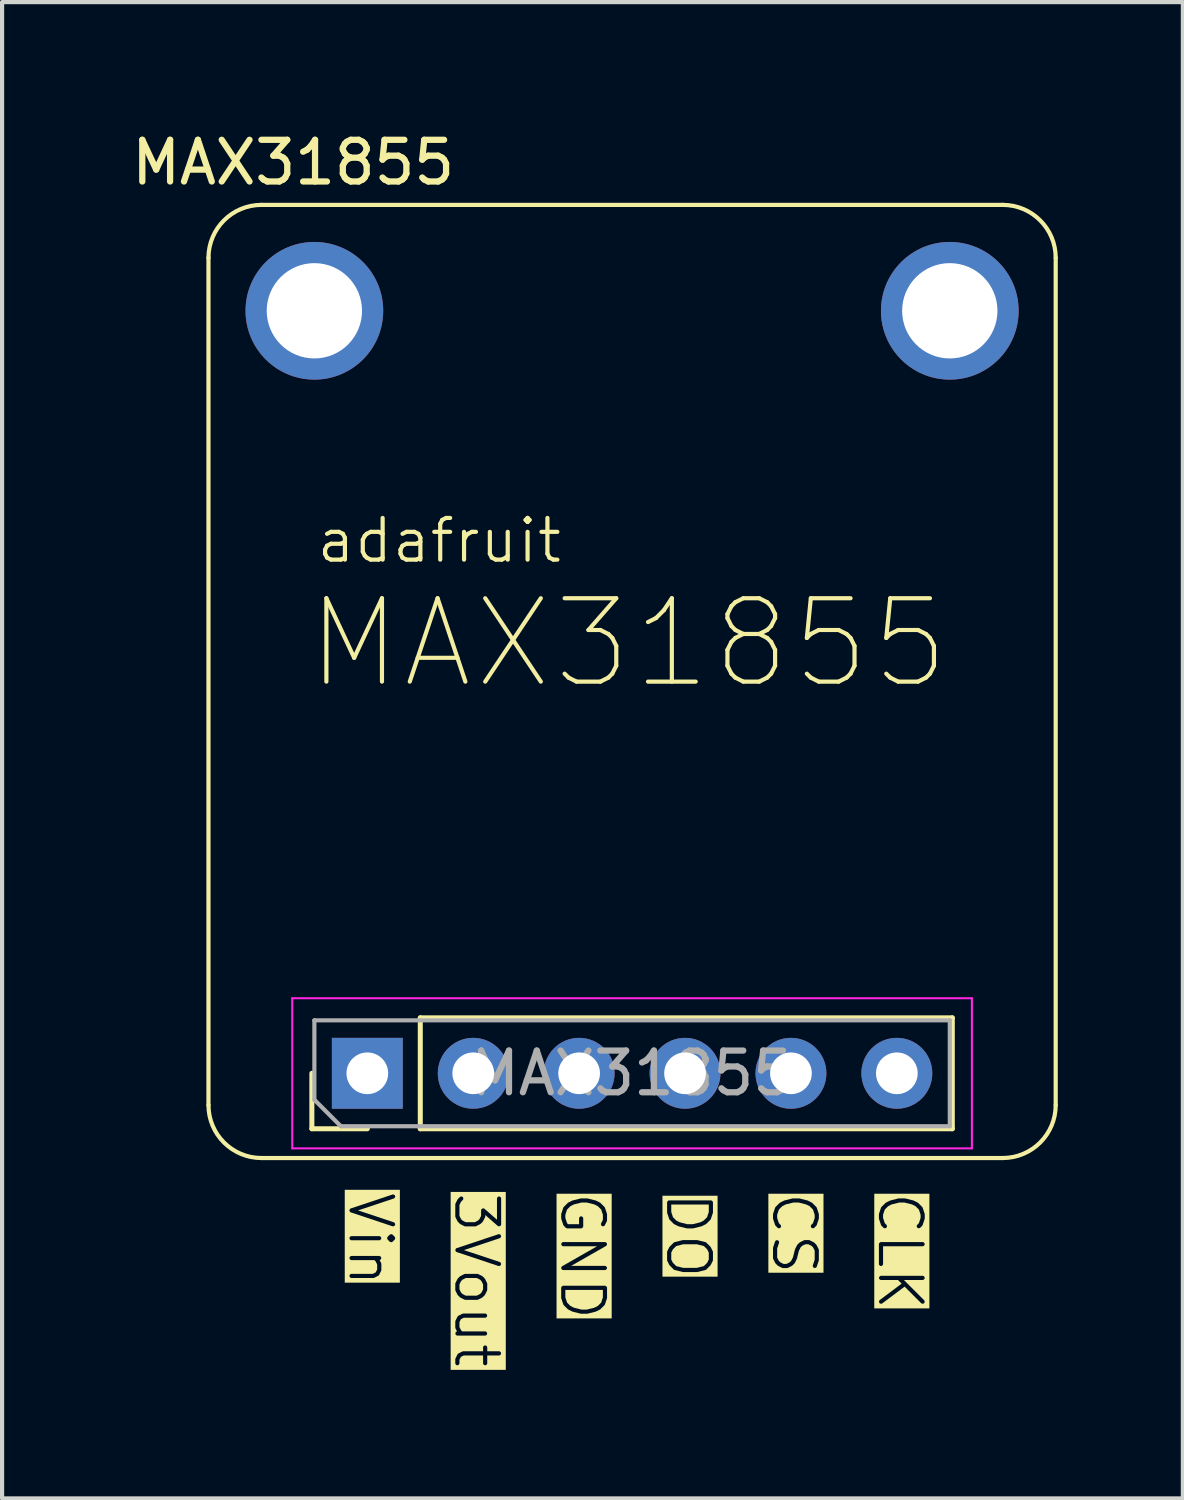
<source format=kicad_pcb>
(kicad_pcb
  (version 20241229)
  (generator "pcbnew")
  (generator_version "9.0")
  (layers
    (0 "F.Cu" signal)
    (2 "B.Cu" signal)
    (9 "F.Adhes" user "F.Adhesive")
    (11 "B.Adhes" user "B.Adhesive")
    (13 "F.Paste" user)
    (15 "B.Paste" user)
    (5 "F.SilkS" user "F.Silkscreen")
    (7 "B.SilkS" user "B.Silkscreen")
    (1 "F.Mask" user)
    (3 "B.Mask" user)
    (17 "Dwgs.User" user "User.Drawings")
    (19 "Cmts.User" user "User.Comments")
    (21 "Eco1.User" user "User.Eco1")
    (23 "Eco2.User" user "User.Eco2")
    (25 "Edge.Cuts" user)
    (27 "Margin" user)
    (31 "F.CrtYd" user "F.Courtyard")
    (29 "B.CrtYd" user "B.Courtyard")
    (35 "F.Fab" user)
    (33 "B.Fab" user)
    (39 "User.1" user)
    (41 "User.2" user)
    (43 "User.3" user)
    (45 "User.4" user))
  (footprint "MAX31855"
    (layer "F.Cu")
    (at 12.11 1.864)
    (property "Reference" "MAX31855" (at -8.128 -1.016 0) (layer "F.SilkS") (effects (font (size 1 1) (thickness 0.15))))
    (attr through_hole)
    (fp_line (start -10.16 21.59) (end -10.16 1.27) (stroke (width 0.1) (type default)) (layer "F.SilkS"))
    (fp_line (start -8.89 0) (end 8.89 0) (stroke (width 0.1) (type default)) (layer "F.SilkS"))
    (fp_line (start -8.89 22.86) (end 8.89 22.86) (stroke (width 0.1) (type default)) (layer "F.SilkS"))
    (fp_line (start -7.68 22.158) (end -7.68 20.828) (stroke (width 0.12) (type solid)) (layer "F.SilkS"))
    (fp_line (start -6.35 22.158) (end -7.68 22.158) (stroke (width 0.12) (type solid)) (layer "F.SilkS"))
    (fp_line (start -5.08 19.498) (end 7.68 19.498) (stroke (width 0.12) (type solid)) (layer "F.SilkS"))
    (fp_line (start -5.08 22.158) (end -5.08 19.498) (stroke (width 0.12) (type solid)) (layer "F.SilkS"))
    (fp_line (start -5.08 22.158) (end 7.68 22.158) (stroke (width 0.12) (type solid)) (layer "F.SilkS"))
    (fp_line (start 7.68 22.158) (end 7.68 19.498) (stroke (width 0.12) (type solid)) (layer "F.SilkS"))
    (fp_line (start 10.16 1.27) (end 10.16 21.59) (stroke (width 0.1) (type default)) (layer "F.SilkS"))
    (fp_arc (start -10.16 1.27) (mid -9.788026 0.371974) (end -8.89 0) (stroke (width 0.1) (type default)) (layer "F.SilkS"))
    (fp_arc (start -8.89 22.86) (mid -9.788026 22.488026) (end -10.16 21.59) (stroke (width 0.1) (type default)) (layer "F.SilkS"))
    (fp_arc (start 8.89 0) (mid 9.788026 0.371974) (end 10.16 1.27) (stroke (width 0.1) (type default)) (layer "F.SilkS"))
    (fp_arc (start 10.16 21.59) (mid 9.788026 22.488026) (end 8.89 22.86) (stroke (width 0.1) (type default)) (layer "F.SilkS"))
    (fp_line (start -8.15 19.028) (end -8.15 22.628) (stroke (width 0.05) (type solid)) (layer "F.CrtYd"))
    (fp_line (start -8.15 22.628) (end 8.15 22.628) (stroke (width 0.05) (type solid)) (layer "F.CrtYd"))
    (fp_line (start 8.15 19.028) (end -8.15 19.028) (stroke (width 0.05) (type solid)) (layer "F.CrtYd"))
    (fp_line (start 8.15 22.628) (end 8.15 19.028) (stroke (width 0.05) (type solid)) (layer "F.CrtYd"))
    (fp_line (start -7.62 19.558) (end 7.62 19.558) (stroke (width 0.1) (type solid)) (layer "F.Fab"))
    (fp_line (start -7.62 21.463) (end -7.62 19.558) (stroke (width 0.1) (type solid)) (layer "F.Fab"))
    (fp_line (start -6.985 22.098) (end -7.62 21.463) (stroke (width 0.1) (type solid)) (layer "F.Fab"))
    (fp_line (start 7.62 19.558) (end 7.62 22.098) (stroke (width 0.1) (type solid)) (layer "F.Fab"))
    (fp_line (start 7.62 22.098) (end -6.985 22.098) (stroke (width 0.1) (type solid)) (layer "F.Fab"))
    (fp_text user "Vin" (at -6.858 23.622 270) (unlocked yes) (layer "F.SilkS" knockout) (effects (font (size 1 1) (thickness 0.1)) (justify left bottom)))
    (fp_text user "DO" (at 0.762 23.622 270) (unlocked yes) (layer "F.SilkS" knockout) (effects (font (size 1 1) (thickness 0.1)) (justify left bottom)))
    (fp_text user "CLK" (at 5.842 23.622 270) (unlocked yes) (layer "F.SilkS" knockout) (effects (font (size 1 1) (thickness 0.1)) (justify left bottom)))
    (fp_text user "3Vout" (at -4.318 23.622 270) (unlocked yes) (layer "F.SilkS" knockout) (effects (font (size 1 1) (thickness 0.1)) (justify left bottom)))
    (fp_text user "adafruit" (at -7.62 8.636 0) (unlocked yes) (layer "F.SilkS") (effects (font (size 1 1) (thickness 0.1)) (justify left bottom)))
    (fp_text user "CS" (at 3.302 23.622 270) (unlocked yes) (layer "F.SilkS" knockout) (effects (font (size 1 1) (thickness 0.1)) (justify left bottom)))
    (fp_text user "GND" (at -1.778 23.622 270) (unlocked yes) (layer "F.SilkS" knockout) (effects (font (size 1 1) (thickness 0.1)) (justify left bottom)))
    (fp_text user "MAX31855" (at -7.874 11.684 0) (unlocked yes) (layer "F.SilkS") (effects (font (size 2 2) (thickness 0.1)) (justify left bottom)))
    (fp_text user "${REFERENCE}" (at 0 20.828 180) (layer "F.Fab") (effects (font (size 1 1) (thickness 0.15))))
    (pad "" np_thru_hole circle (at -7.62 2.54) (size 3.302 3.302) (drill 2.286) (layers "*.Cu" "*.Mask"))
    (pad "" np_thru_hole circle (at 7.62 2.54) (size 3.302 3.302) (drill 2.286) (layers "*.Cu" "*.Mask"))
    (pad "1" thru_hole rect (at -6.35 20.828 90) (size 1.7 1.7) (drill 1) (layers "*.Cu" "*.Mask"))
    (pad "2" thru_hole oval (at -3.81 20.828 90) (size 1.7 1.7) (drill 1) (layers "*.Cu" "*.Mask"))
    (pad "3" thru_hole oval (at -1.27 20.828 90) (size 1.7 1.7) (drill 1) (layers "*.Cu" "*.Mask"))
    (pad "4" thru_hole oval (at 1.27 20.828 90) (size 1.7 1.7) (drill 1) (layers "*.Cu" "*.Mask"))
    (pad "5" thru_hole oval (at 3.81 20.828 90) (size 1.7 1.7) (drill 1) (layers "*.Cu" "*.Mask"))
    (pad "6" thru_hole oval (at 6.35 20.828 90) (size 1.7 1.7) (drill 1) (layers "*.Cu" "*.Mask")))
  (gr_rect
    (start -3 -3)
    (end 25.32 32.888)
    (stroke (width 0.1) (type default))
    (fill no)
    (layer "Edge.Cuts")))
</source>
